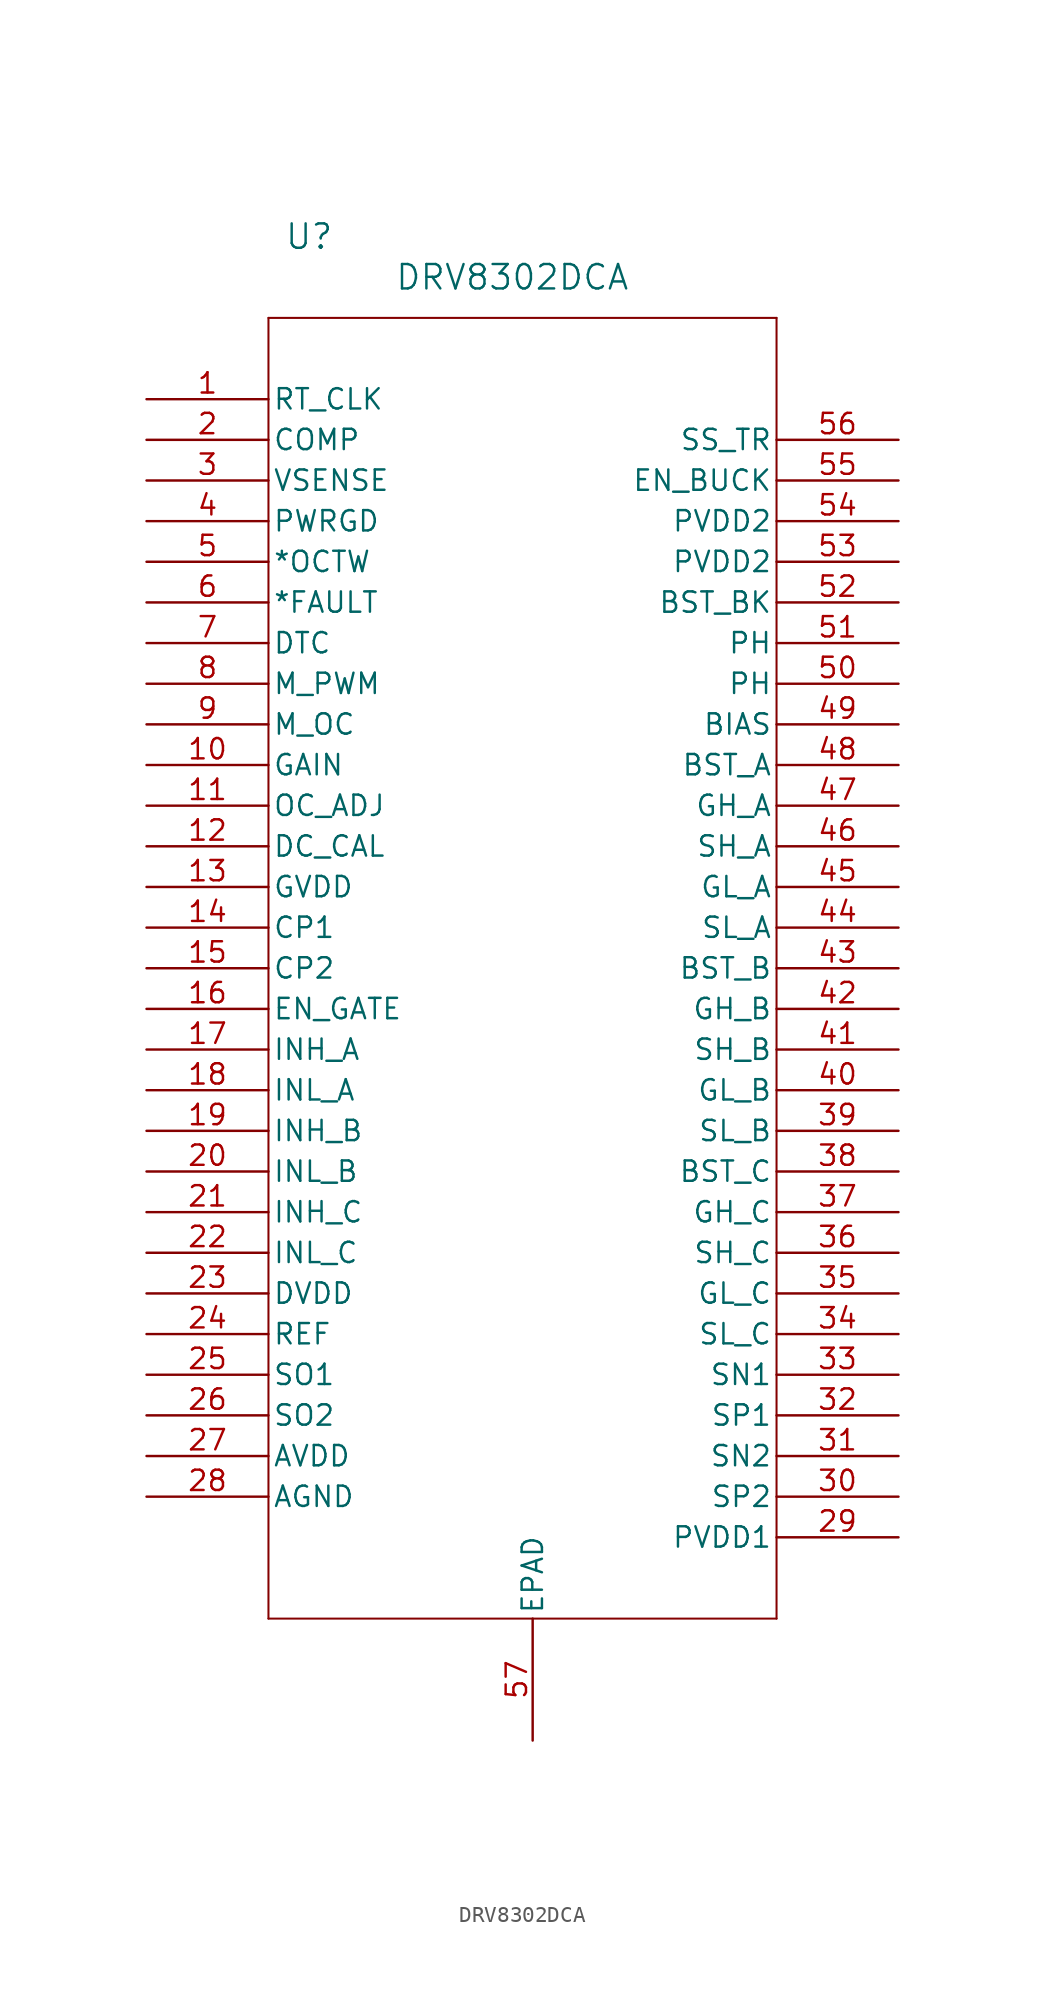
<source format=kicad_sym>
(kicad_symbol_lib
  (version 20220914)
  (generator kicad_symbol_editor)
  (symbol "DRV8302DCA"
    (pin_names
      (offset 0.254))
    (property "Reference" "U"
      (at 10.16 10.16 0)
      (effects (font (size 1.524 1.524))))
    (property "Value" "DRV8302DCA"
      (at 22.86 7.62 0)
      (effects (font (size 1.524 1.524))))
    (property "ki_locked" ""
      (at 0 0 0)
      (effects (font (size 1.27 1.27))))
    (symbol "DRV8302DCA_0_1"
      (polyline (pts (xy 7.62 -76.2) (xy 39.37 -76.2)) (stroke (width 0.127) (type default)) (fill (type none)))
      (polyline (pts (xy 7.62 5.08) (xy 7.62 -76.2)) (stroke (width 0.127) (type default)) (fill (type none)))
      (polyline (pts (xy 39.37 -76.2) (xy 39.37 5.08)) (stroke (width 0.127) (type default)) (fill (type none)))
      (polyline (pts (xy 39.37 5.08) (xy 7.62 5.08)) (stroke (width 0.127) (type default)) (fill (type none)))
      (pin input line (at 0 0 0) (length 7.62) (name "RT_CLK" (effects (font (size 1.27 1.27)))) (number "1" (effects (font (size 1.27 1.27)))))
      (pin output line (at 0 -22.86 0) (length 7.62) (name "GAIN" (effects (font (size 1.27 1.27)))) (number "10" (effects (font (size 1.27 1.27)))))
      (pin input line (at 0 -25.4 0) (length 7.62) (name "OC_ADJ" (effects (font (size 1.27 1.27)))) (number "11" (effects (font (size 1.27 1.27)))))
      (pin input line (at 0 -27.94 0) (length 7.62) (name "DC_CAL" (effects (font (size 1.27 1.27)))) (number "12" (effects (font (size 1.27 1.27)))))
      (pin power_in line (at 0 -30.48 0) (length 7.62) (name "GVDD" (effects (font (size 1.27 1.27)))) (number "13" (effects (font (size 1.27 1.27)))))
      (pin power_in line (at 0 -33.02 0) (length 7.62) (name "CP1" (effects (font (size 1.27 1.27)))) (number "14" (effects (font (size 1.27 1.27)))))
      (pin power_in line (at 0 -35.56 0) (length 7.62) (name "CP2" (effects (font (size 1.27 1.27)))) (number "15" (effects (font (size 1.27 1.27)))))
      (pin input line (at 0 -38.1 0) (length 7.62) (name "EN_GATE" (effects (font (size 1.27 1.27)))) (number "16" (effects (font (size 1.27 1.27)))))
      (pin input line (at 0 -40.64 0) (length 7.62) (name "INH_A" (effects (font (size 1.27 1.27)))) (number "17" (effects (font (size 1.27 1.27)))))
      (pin input line (at 0 -43.18 0) (length 7.62) (name "INL_A" (effects (font (size 1.27 1.27)))) (number "18" (effects (font (size 1.27 1.27)))))
      (pin input line (at 0 -45.72 0) (length 7.62) (name "INH_B" (effects (font (size 1.27 1.27)))) (number "19" (effects (font (size 1.27 1.27)))))
      (pin output line (at 0 -2.54 0) (length 7.62) (name "COMP" (effects (font (size 1.27 1.27)))) (number "2" (effects (font (size 1.27 1.27)))))
      (pin input line (at 0 -48.26 0) (length 7.62) (name "INL_B" (effects (font (size 1.27 1.27)))) (number "20" (effects (font (size 1.27 1.27)))))
      (pin input line (at 0 -50.8 0) (length 7.62) (name "INH_C" (effects (font (size 1.27 1.27)))) (number "21" (effects (font (size 1.27 1.27)))))
      (pin input line (at 0 -53.34 0) (length 7.62) (name "INL_C" (effects (font (size 1.27 1.27)))) (number "22" (effects (font (size 1.27 1.27)))))
      (pin power_in line (at 0 -55.88 0) (length 7.62) (name "DVDD" (effects (font (size 1.27 1.27)))) (number "23" (effects (font (size 1.27 1.27)))))
      (pin input line (at 0 -58.42 0) (length 7.62) (name "REF" (effects (font (size 1.27 1.27)))) (number "24" (effects (font (size 1.27 1.27)))))
      (pin output line (at 0 -60.96 0) (length 7.62) (name "SO1" (effects (font (size 1.27 1.27)))) (number "25" (effects (font (size 1.27 1.27)))))
      (pin output line (at 0 -63.5 0) (length 7.62) (name "SO2" (effects (font (size 1.27 1.27)))) (number "26" (effects (font (size 1.27 1.27)))))
      (pin power_in line (at 0 -66.04 0) (length 7.62) (name "AVDD" (effects (font (size 1.27 1.27)))) (number "27" (effects (font (size 1.27 1.27)))))
      (pin power_in line (at 0 -68.58 0) (length 7.62) (name "AGND" (effects (font (size 1.27 1.27)))) (number "28" (effects (font (size 1.27 1.27)))))
      (pin power_in line (at 46.99 -71.12 180) (length 7.62) (name "PVDD1" (effects (font (size 1.27 1.27)))) (number "29" (effects (font (size 1.27 1.27)))))
      (pin input line (at 0 -5.08 0) (length 7.62) (name "VSENSE" (effects (font (size 1.27 1.27)))) (number "3" (effects (font (size 1.27 1.27)))))
      (pin input line (at 46.99 -68.58 180) (length 7.62) (name "SP2" (effects (font (size 1.27 1.27)))) (number "30" (effects (font (size 1.27 1.27)))))
      (pin input line (at 46.99 -66.04 180) (length 7.62) (name "SN2" (effects (font (size 1.27 1.27)))) (number "31" (effects (font (size 1.27 1.27)))))
      (pin input line (at 46.99 -63.5 180) (length 7.62) (name "SP1" (effects (font (size 1.27 1.27)))) (number "32" (effects (font (size 1.27 1.27)))))
      (pin input line (at 46.99 -60.96 180) (length 7.62) (name "SN1" (effects (font (size 1.27 1.27)))) (number "33" (effects (font (size 1.27 1.27)))))
      (pin input line (at 46.99 -58.42 180) (length 7.62) (name "SL_C" (effects (font (size 1.27 1.27)))) (number "34" (effects (font (size 1.27 1.27)))))
      (pin output line (at 46.99 -55.88 180) (length 7.62) (name "GL_C" (effects (font (size 1.27 1.27)))) (number "35" (effects (font (size 1.27 1.27)))))
      (pin input line (at 46.99 -53.34 180) (length 7.62) (name "SH_C" (effects (font (size 1.27 1.27)))) (number "36" (effects (font (size 1.27 1.27)))))
      (pin output line (at 46.99 -50.8 180) (length 7.62) (name "GH_C" (effects (font (size 1.27 1.27)))) (number "37" (effects (font (size 1.27 1.27)))))
      (pin power_in line (at 46.99 -48.26 180) (length 7.62) (name "BST_C" (effects (font (size 1.27 1.27)))) (number "38" (effects (font (size 1.27 1.27)))))
      (pin input line (at 46.99 -45.72 180) (length 7.62) (name "SL_B" (effects (font (size 1.27 1.27)))) (number "39" (effects (font (size 1.27 1.27)))))
      (pin input line (at 0 -7.62 0) (length 7.62) (name "PWRGD" (effects (font (size 1.27 1.27)))) (number "4" (effects (font (size 1.27 1.27)))))
      (pin output line (at 46.99 -43.18 180) (length 7.62) (name "GL_B" (effects (font (size 1.27 1.27)))) (number "40" (effects (font (size 1.27 1.27)))))
      (pin input line (at 46.99 -40.64 180) (length 7.62) (name "SH_B" (effects (font (size 1.27 1.27)))) (number "41" (effects (font (size 1.27 1.27)))))
      (pin output line (at 46.99 -38.1 180) (length 7.62) (name "GH_B" (effects (font (size 1.27 1.27)))) (number "42" (effects (font (size 1.27 1.27)))))
      (pin power_in line (at 46.99 -35.56 180) (length 7.62) (name "BST_B" (effects (font (size 1.27 1.27)))) (number "43" (effects (font (size 1.27 1.27)))))
      (pin input line (at 46.99 -33.02 180) (length 7.62) (name "SL_A" (effects (font (size 1.27 1.27)))) (number "44" (effects (font (size 1.27 1.27)))))
      (pin output line (at 46.99 -30.48 180) (length 7.62) (name "GL_A" (effects (font (size 1.27 1.27)))) (number "45" (effects (font (size 1.27 1.27)))))
      (pin input line (at 46.99 -27.94 180) (length 7.62) (name "SH_A" (effects (font (size 1.27 1.27)))) (number "46" (effects (font (size 1.27 1.27)))))
      (pin output line (at 46.99 -25.4 180) (length 7.62) (name "GH_A" (effects (font (size 1.27 1.27)))) (number "47" (effects (font (size 1.27 1.27)))))
      (pin power_in line (at 46.99 -22.86 180) (length 7.62) (name "BST_A" (effects (font (size 1.27 1.27)))) (number "48" (effects (font (size 1.27 1.27)))))
      (pin input line (at 46.99 -20.32 180) (length 7.62) (name "BIAS" (effects (font (size 1.27 1.27)))) (number "49" (effects (font (size 1.27 1.27)))))
      (pin output line (at 0 -10.16 0) (length 7.62) (name "*OCTW" (effects (font (size 1.27 1.27)))) (number "5" (effects (font (size 1.27 1.27)))))
      (pin output line (at 46.99 -17.78 180) (length 7.62) (name "PH" (effects (font (size 1.27 1.27)))) (number "50" (effects (font (size 1.27 1.27)))))
      (pin output line (at 46.99 -15.24 180) (length 7.62) (name "PH" (effects (font (size 1.27 1.27)))) (number "51" (effects (font (size 1.27 1.27)))))
      (pin power_in line (at 46.99 -12.7 180) (length 7.62) (name "BST_BK" (effects (font (size 1.27 1.27)))) (number "52" (effects (font (size 1.27 1.27)))))
      (pin power_in line (at 46.99 -10.16 180) (length 7.62) (name "PVDD2" (effects (font (size 1.27 1.27)))) (number "53" (effects (font (size 1.27 1.27)))))
      (pin power_in line (at 46.99 -7.62 180) (length 7.62) (name "PVDD2" (effects (font (size 1.27 1.27)))) (number "54" (effects (font (size 1.27 1.27)))))
      (pin input line (at 46.99 -5.08 180) (length 7.62) (name "EN_BUCK" (effects (font (size 1.27 1.27)))) (number "55" (effects (font (size 1.27 1.27)))))
      (pin input line (at 46.99 -2.54 180) (length 7.62) (name "SS_TR" (effects (font (size 1.27 1.27)))) (number "56" (effects (font (size 1.27 1.27)))))
      (pin unspecified line (at 24.13 -83.82 90) (length 7.62) (name "EPAD" (effects (font (size 1.27 1.27)))) (number "57" (effects (font (size 1.27 1.27)))))
      (pin output line (at 0 -12.7 0) (length 7.62) (name "*FAULT" (effects (font (size 1.27 1.27)))) (number "6" (effects (font (size 1.27 1.27)))))
      (pin input line (at 0 -15.24 0) (length 7.62) (name "DTC" (effects (font (size 1.27 1.27)))) (number "7" (effects (font (size 1.27 1.27)))))
      (pin input line (at 0 -17.78 0) (length 7.62) (name "M_PWM" (effects (font (size 1.27 1.27)))) (number "8" (effects (font (size 1.27 1.27)))))
      (pin input line (at 0 -20.32 0) (length 7.62) (name "M_OC" (effects (font (size 1.27 1.27)))) (number "9" (effects (font (size 1.27 1.27))))))))
</source>
